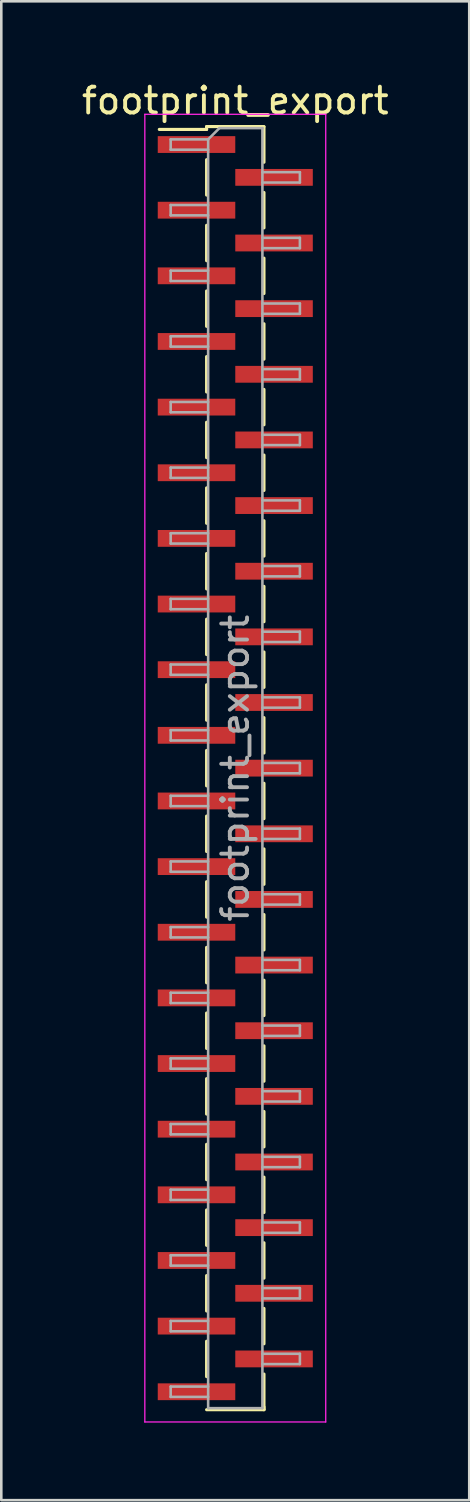
<source format=kicad_pcb>
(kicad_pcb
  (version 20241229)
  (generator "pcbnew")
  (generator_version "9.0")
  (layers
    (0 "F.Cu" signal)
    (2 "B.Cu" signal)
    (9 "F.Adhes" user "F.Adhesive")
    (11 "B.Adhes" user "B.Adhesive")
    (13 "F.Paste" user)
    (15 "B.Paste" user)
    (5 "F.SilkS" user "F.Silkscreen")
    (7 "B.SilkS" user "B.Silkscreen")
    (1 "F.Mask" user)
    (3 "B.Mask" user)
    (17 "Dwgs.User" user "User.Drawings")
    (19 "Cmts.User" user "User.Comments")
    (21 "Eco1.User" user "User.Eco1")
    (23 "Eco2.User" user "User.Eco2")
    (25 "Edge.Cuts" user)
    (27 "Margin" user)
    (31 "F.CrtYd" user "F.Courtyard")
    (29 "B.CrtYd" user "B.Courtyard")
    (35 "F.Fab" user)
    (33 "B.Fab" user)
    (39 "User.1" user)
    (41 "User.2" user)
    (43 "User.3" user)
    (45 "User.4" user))
  (footprint "footprint_export"
    (layer "F.Cu")
    (at 6.054 26.673)
    (property "Reference" "footprint_export" (at 0 -25.825 0) (layer "F.SilkS") (effects (font (size 1 1) (thickness 0.15))))
    (attr smd)
    (fp_line (start -1.11 -24.825) (end -1.11 -24.715) (stroke (width 0.12) (type solid)) (layer "F.SilkS"))
    (fp_line (start -1.11 -24.825) (end 1.11 -24.825) (stroke (width 0.12) (type solid)) (layer "F.SilkS"))
    (fp_line (start -1.11 -24.715) (end -2.94 -24.715) (stroke (width 0.12) (type solid)) (layer "F.SilkS"))
    (fp_line (start -1.11 -23.545) (end -1.11 -22.175) (stroke (width 0.12) (type solid)) (layer "F.SilkS"))
    (fp_line (start -1.11 -21.005) (end -1.11 -19.635) (stroke (width 0.12) (type solid)) (layer "F.SilkS"))
    (fp_line (start -1.11 -18.465) (end -1.11 -17.095) (stroke (width 0.12) (type solid)) (layer "F.SilkS"))
    (fp_line (start -1.11 -15.925) (end -1.11 -14.555) (stroke (width 0.12) (type solid)) (layer "F.SilkS"))
    (fp_line (start -1.11 -13.385) (end -1.11 -12.015) (stroke (width 0.12) (type solid)) (layer "F.SilkS"))
    (fp_line (start -1.11 -10.845) (end -1.11 -9.475) (stroke (width 0.12) (type solid)) (layer "F.SilkS"))
    (fp_line (start -1.11 -8.305) (end -1.11 -6.935) (stroke (width 0.12) (type solid)) (layer "F.SilkS"))
    (fp_line (start -1.11 -5.765) (end -1.11 -4.395) (stroke (width 0.12) (type solid)) (layer "F.SilkS"))
    (fp_line (start -1.11 -3.225) (end -1.11 -1.855) (stroke (width 0.12) (type solid)) (layer "F.SilkS"))
    (fp_line (start -1.11 -0.685) (end -1.11 0.685) (stroke (width 0.12) (type solid)) (layer "F.SilkS"))
    (fp_line (start -1.11 1.855) (end -1.11 3.225) (stroke (width 0.12) (type solid)) (layer "F.SilkS"))
    (fp_line (start -1.11 4.395) (end -1.11 5.765) (stroke (width 0.12) (type solid)) (layer "F.SilkS"))
    (fp_line (start -1.11 6.935) (end -1.11 8.305) (stroke (width 0.12) (type solid)) (layer "F.SilkS"))
    (fp_line (start -1.11 9.475) (end -1.11 10.845) (stroke (width 0.12) (type solid)) (layer "F.SilkS"))
    (fp_line (start -1.11 12.015) (end -1.11 13.385) (stroke (width 0.12) (type solid)) (layer "F.SilkS"))
    (fp_line (start -1.11 14.555) (end -1.11 15.925) (stroke (width 0.12) (type solid)) (layer "F.SilkS"))
    (fp_line (start -1.11 17.095) (end -1.11 18.465) (stroke (width 0.12) (type solid)) (layer "F.SilkS"))
    (fp_line (start -1.11 19.635) (end -1.11 21.005) (stroke (width 0.12) (type solid)) (layer "F.SilkS"))
    (fp_line (start -1.11 22.175) (end -1.11 23.545) (stroke (width 0.12) (type solid)) (layer "F.SilkS"))
    (fp_line (start -1.11 24.825) (end 1.11 24.825) (stroke (width 0.12) (type solid)) (layer "F.SilkS"))
    (fp_line (start 1.11 -24.815) (end 1.11 -23.445) (stroke (width 0.12) (type solid)) (layer "F.SilkS"))
    (fp_line (start 1.11 -22.275) (end 1.11 -20.905) (stroke (width 0.12) (type solid)) (layer "F.SilkS"))
    (fp_line (start 1.11 -19.735) (end 1.11 -18.365) (stroke (width 0.12) (type solid)) (layer "F.SilkS"))
    (fp_line (start 1.11 -17.195) (end 1.11 -15.825) (stroke (width 0.12) (type solid)) (layer "F.SilkS"))
    (fp_line (start 1.11 -14.655) (end 1.11 -13.285) (stroke (width 0.12) (type solid)) (layer "F.SilkS"))
    (fp_line (start 1.11 -12.115) (end 1.11 -10.745) (stroke (width 0.12) (type solid)) (layer "F.SilkS"))
    (fp_line (start 1.11 -9.575) (end 1.11 -8.205) (stroke (width 0.12) (type solid)) (layer "F.SilkS"))
    (fp_line (start 1.11 -7.035) (end 1.11 -5.665) (stroke (width 0.12) (type solid)) (layer "F.SilkS"))
    (fp_line (start 1.11 -4.495) (end 1.11 -3.125) (stroke (width 0.12) (type solid)) (layer "F.SilkS"))
    (fp_line (start 1.11 -1.955) (end 1.11 -0.585) (stroke (width 0.12) (type solid)) (layer "F.SilkS"))
    (fp_line (start 1.11 0.585) (end 1.11 1.955) (stroke (width 0.12) (type solid)) (layer "F.SilkS"))
    (fp_line (start 1.11 3.125) (end 1.11 4.495) (stroke (width 0.12) (type solid)) (layer "F.SilkS"))
    (fp_line (start 1.11 5.665) (end 1.11 7.035) (stroke (width 0.12) (type solid)) (layer "F.SilkS"))
    (fp_line (start 1.11 8.205) (end 1.11 9.575) (stroke (width 0.12) (type solid)) (layer "F.SilkS"))
    (fp_line (start 1.11 10.745) (end 1.11 12.115) (stroke (width 0.12) (type solid)) (layer "F.SilkS"))
    (fp_line (start 1.11 13.285) (end 1.11 14.655) (stroke (width 0.12) (type solid)) (layer "F.SilkS"))
    (fp_line (start 1.11 15.825) (end 1.11 17.195) (stroke (width 0.12) (type solid)) (layer "F.SilkS"))
    (fp_line (start 1.11 18.365) (end 1.11 19.735) (stroke (width 0.12) (type solid)) (layer "F.SilkS"))
    (fp_line (start 1.11 20.905) (end 1.11 22.275) (stroke (width 0.12) (type solid)) (layer "F.SilkS"))
    (fp_line (start 1.11 23.445) (end 1.11 24.815) (stroke (width 0.12) (type solid)) (layer "F.SilkS"))
    (fp_line (start 1.11 24.715) (end 1.11 24.825) (stroke (width 0.12) (type solid)) (layer "F.SilkS"))
    (fp_line (start -3.5 -25.3) (end -3.5 25.3) (stroke (width 0.05) (type solid)) (layer "F.CrtYd"))
    (fp_line (start -3.5 25.3) (end 3.5 25.3) (stroke (width 0.05) (type solid)) (layer "F.CrtYd"))
    (fp_line (start 3.5 -25.3) (end -3.5 -25.3) (stroke (width 0.05) (type solid)) (layer "F.CrtYd"))
    (fp_line (start 3.5 25.3) (end 3.5 -25.3) (stroke (width 0.05) (type solid)) (layer "F.CrtYd"))
    (fp_line (start -2.5 -24.33) (end -2.5 -23.93) (stroke (width 0.1) (type solid)) (layer "F.Fab"))
    (fp_line (start -2.5 -23.93) (end -1.05 -23.93) (stroke (width 0.1) (type solid)) (layer "F.Fab"))
    (fp_line (start -2.5 -21.79) (end -2.5 -21.39) (stroke (width 0.1) (type solid)) (layer "F.Fab"))
    (fp_line (start -2.5 -21.39) (end -1.05 -21.39) (stroke (width 0.1) (type solid)) (layer "F.Fab"))
    (fp_line (start -2.5 -19.25) (end -2.5 -18.85) (stroke (width 0.1) (type solid)) (layer "F.Fab"))
    (fp_line (start -2.5 -18.85) (end -1.05 -18.85) (stroke (width 0.1) (type solid)) (layer "F.Fab"))
    (fp_line (start -2.5 -16.71) (end -2.5 -16.31) (stroke (width 0.1) (type solid)) (layer "F.Fab"))
    (fp_line (start -2.5 -16.31) (end -1.05 -16.31) (stroke (width 0.1) (type solid)) (layer "F.Fab"))
    (fp_line (start -2.5 -14.17) (end -2.5 -13.77) (stroke (width 0.1) (type solid)) (layer "F.Fab"))
    (fp_line (start -2.5 -13.77) (end -1.05 -13.77) (stroke (width 0.1) (type solid)) (layer "F.Fab"))
    (fp_line (start -2.5 -11.63) (end -2.5 -11.23) (stroke (width 0.1) (type solid)) (layer "F.Fab"))
    (fp_line (start -2.5 -11.23) (end -1.05 -11.23) (stroke (width 0.1) (type solid)) (layer "F.Fab"))
    (fp_line (start -2.5 -9.09) (end -2.5 -8.69) (stroke (width 0.1) (type solid)) (layer "F.Fab"))
    (fp_line (start -2.5 -8.69) (end -1.05 -8.69) (stroke (width 0.1) (type solid)) (layer "F.Fab"))
    (fp_line (start -2.5 -6.55) (end -2.5 -6.15) (stroke (width 0.1) (type solid)) (layer "F.Fab"))
    (fp_line (start -2.5 -6.15) (end -1.05 -6.15) (stroke (width 0.1) (type solid)) (layer "F.Fab"))
    (fp_line (start -2.5 -4.01) (end -2.5 -3.61) (stroke (width 0.1) (type solid)) (layer "F.Fab"))
    (fp_line (start -2.5 -3.61) (end -1.05 -3.61) (stroke (width 0.1) (type solid)) (layer "F.Fab"))
    (fp_line (start -2.5 -1.47) (end -2.5 -1.07) (stroke (width 0.1) (type solid)) (layer "F.Fab"))
    (fp_line (start -2.5 -1.07) (end -1.05 -1.07) (stroke (width 0.1) (type solid)) (layer "F.Fab"))
    (fp_line (start -2.5 1.07) (end -2.5 1.47) (stroke (width 0.1) (type solid)) (layer "F.Fab"))
    (fp_line (start -2.5 1.47) (end -1.05 1.47) (stroke (width 0.1) (type solid)) (layer "F.Fab"))
    (fp_line (start -2.5 3.61) (end -2.5 4.01) (stroke (width 0.1) (type solid)) (layer "F.Fab"))
    (fp_line (start -2.5 4.01) (end -1.05 4.01) (stroke (width 0.1) (type solid)) (layer "F.Fab"))
    (fp_line (start -2.5 6.15) (end -2.5 6.55) (stroke (width 0.1) (type solid)) (layer "F.Fab"))
    (fp_line (start -2.5 6.55) (end -1.05 6.55) (stroke (width 0.1) (type solid)) (layer "F.Fab"))
    (fp_line (start -2.5 8.69) (end -2.5 9.09) (stroke (width 0.1) (type solid)) (layer "F.Fab"))
    (fp_line (start -2.5 9.09) (end -1.05 9.09) (stroke (width 0.1) (type solid)) (layer "F.Fab"))
    (fp_line (start -2.5 11.23) (end -2.5 11.63) (stroke (width 0.1) (type solid)) (layer "F.Fab"))
    (fp_line (start -2.5 11.63) (end -1.05 11.63) (stroke (width 0.1) (type solid)) (layer "F.Fab"))
    (fp_line (start -2.5 13.77) (end -2.5 14.17) (stroke (width 0.1) (type solid)) (layer "F.Fab"))
    (fp_line (start -2.5 14.17) (end -1.05 14.17) (stroke (width 0.1) (type solid)) (layer "F.Fab"))
    (fp_line (start -2.5 16.31) (end -2.5 16.71) (stroke (width 0.1) (type solid)) (layer "F.Fab"))
    (fp_line (start -2.5 16.71) (end -1.05 16.71) (stroke (width 0.1) (type solid)) (layer "F.Fab"))
    (fp_line (start -2.5 18.85) (end -2.5 19.25) (stroke (width 0.1) (type solid)) (layer "F.Fab"))
    (fp_line (start -2.5 19.25) (end -1.05 19.25) (stroke (width 0.1) (type solid)) (layer "F.Fab"))
    (fp_line (start -2.5 21.39) (end -2.5 21.79) (stroke (width 0.1) (type solid)) (layer "F.Fab"))
    (fp_line (start -2.5 21.79) (end -1.05 21.79) (stroke (width 0.1) (type solid)) (layer "F.Fab"))
    (fp_line (start -2.5 23.93) (end -2.5 24.33) (stroke (width 0.1) (type solid)) (layer "F.Fab"))
    (fp_line (start -2.5 24.33) (end -1.05 24.33) (stroke (width 0.1) (type solid)) (layer "F.Fab"))
    (fp_line (start -1.05 -24.33) (end -2.5 -24.33) (stroke (width 0.1) (type solid)) (layer "F.Fab"))
    (fp_line (start -1.05 -24.33) (end -0.615 -24.765) (stroke (width 0.1) (type solid)) (layer "F.Fab"))
    (fp_line (start -1.05 -21.79) (end -2.5 -21.79) (stroke (width 0.1) (type solid)) (layer "F.Fab"))
    (fp_line (start -1.05 -19.25) (end -2.5 -19.25) (stroke (width 0.1) (type solid)) (layer "F.Fab"))
    (fp_line (start -1.05 -16.71) (end -2.5 -16.71) (stroke (width 0.1) (type solid)) (layer "F.Fab"))
    (fp_line (start -1.05 -14.17) (end -2.5 -14.17) (stroke (width 0.1) (type solid)) (layer "F.Fab"))
    (fp_line (start -1.05 -11.63) (end -2.5 -11.63) (stroke (width 0.1) (type solid)) (layer "F.Fab"))
    (fp_line (start -1.05 -9.09) (end -2.5 -9.09) (stroke (width 0.1) (type solid)) (layer "F.Fab"))
    (fp_line (start -1.05 -6.55) (end -2.5 -6.55) (stroke (width 0.1) (type solid)) (layer "F.Fab"))
    (fp_line (start -1.05 -4.01) (end -2.5 -4.01) (stroke (width 0.1) (type solid)) (layer "F.Fab"))
    (fp_line (start -1.05 -1.47) (end -2.5 -1.47) (stroke (width 0.1) (type solid)) (layer "F.Fab"))
    (fp_line (start -1.05 1.07) (end -2.5 1.07) (stroke (width 0.1) (type solid)) (layer "F.Fab"))
    (fp_line (start -1.05 3.61) (end -2.5 3.61) (stroke (width 0.1) (type solid)) (layer "F.Fab"))
    (fp_line (start -1.05 6.15) (end -2.5 6.15) (stroke (width 0.1) (type solid)) (layer "F.Fab"))
    (fp_line (start -1.05 8.69) (end -2.5 8.69) (stroke (width 0.1) (type solid)) (layer "F.Fab"))
    (fp_line (start -1.05 11.23) (end -2.5 11.23) (stroke (width 0.1) (type solid)) (layer "F.Fab"))
    (fp_line (start -1.05 13.77) (end -2.5 13.77) (stroke (width 0.1) (type solid)) (layer "F.Fab"))
    (fp_line (start -1.05 16.31) (end -2.5 16.31) (stroke (width 0.1) (type solid)) (layer "F.Fab"))
    (fp_line (start -1.05 18.85) (end -2.5 18.85) (stroke (width 0.1) (type solid)) (layer "F.Fab"))
    (fp_line (start -1.05 21.39) (end -2.5 21.39) (stroke (width 0.1) (type solid)) (layer "F.Fab"))
    (fp_line (start -1.05 23.93) (end -2.5 23.93) (stroke (width 0.1) (type solid)) (layer "F.Fab"))
    (fp_line (start -1.05 24.765) (end -1.05 -24.33) (stroke (width 0.1) (type solid)) (layer "F.Fab"))
    (fp_line (start -0.615 -24.765) (end 1.05 -24.765) (stroke (width 0.1) (type solid)) (layer "F.Fab"))
    (fp_line (start 1.05 -24.765) (end 1.05 24.765) (stroke (width 0.1) (type solid)) (layer "F.Fab"))
    (fp_line (start 1.05 -23.06) (end 2.5 -23.06) (stroke (width 0.1) (type solid)) (layer "F.Fab"))
    (fp_line (start 1.05 -20.52) (end 2.5 -20.52) (stroke (width 0.1) (type solid)) (layer "F.Fab"))
    (fp_line (start 1.05 -17.98) (end 2.5 -17.98) (stroke (width 0.1) (type solid)) (layer "F.Fab"))
    (fp_line (start 1.05 -15.44) (end 2.5 -15.44) (stroke (width 0.1) (type solid)) (layer "F.Fab"))
    (fp_line (start 1.05 -12.9) (end 2.5 -12.9) (stroke (width 0.1) (type solid)) (layer "F.Fab"))
    (fp_line (start 1.05 -10.36) (end 2.5 -10.36) (stroke (width 0.1) (type solid)) (layer "F.Fab"))
    (fp_line (start 1.05 -7.82) (end 2.5 -7.82) (stroke (width 0.1) (type solid)) (layer "F.Fab"))
    (fp_line (start 1.05 -5.28) (end 2.5 -5.28) (stroke (width 0.1) (type solid)) (layer "F.Fab"))
    (fp_line (start 1.05 -2.74) (end 2.5 -2.74) (stroke (width 0.1) (type solid)) (layer "F.Fab"))
    (fp_line (start 1.05 -0.2) (end 2.5 -0.2) (stroke (width 0.1) (type solid)) (layer "F.Fab"))
    (fp_line (start 1.05 2.34) (end 2.5 2.34) (stroke (width 0.1) (type solid)) (layer "F.Fab"))
    (fp_line (start 1.05 4.88) (end 2.5 4.88) (stroke (width 0.1) (type solid)) (layer "F.Fab"))
    (fp_line (start 1.05 7.42) (end 2.5 7.42) (stroke (width 0.1) (type solid)) (layer "F.Fab"))
    (fp_line (start 1.05 9.96) (end 2.5 9.96) (stroke (width 0.1) (type solid)) (layer "F.Fab"))
    (fp_line (start 1.05 12.5) (end 2.5 12.5) (stroke (width 0.1) (type solid)) (layer "F.Fab"))
    (fp_line (start 1.05 15.04) (end 2.5 15.04) (stroke (width 0.1) (type solid)) (layer "F.Fab"))
    (fp_line (start 1.05 17.58) (end 2.5 17.58) (stroke (width 0.1) (type solid)) (layer "F.Fab"))
    (fp_line (start 1.05 20.12) (end 2.5 20.12) (stroke (width 0.1) (type solid)) (layer "F.Fab"))
    (fp_line (start 1.05 22.66) (end 2.5 22.66) (stroke (width 0.1) (type solid)) (layer "F.Fab"))
    (fp_line (start 1.05 24.765) (end -1.05 24.765) (stroke (width 0.1) (type solid)) (layer "F.Fab"))
    (fp_line (start 2.5 -23.06) (end 2.5 -22.66) (stroke (width 0.1) (type solid)) (layer "F.Fab"))
    (fp_line (start 2.5 -22.66) (end 1.05 -22.66) (stroke (width 0.1) (type solid)) (layer "F.Fab"))
    (fp_line (start 2.5 -20.52) (end 2.5 -20.12) (stroke (width 0.1) (type solid)) (layer "F.Fab"))
    (fp_line (start 2.5 -20.12) (end 1.05 -20.12) (stroke (width 0.1) (type solid)) (layer "F.Fab"))
    (fp_line (start 2.5 -17.98) (end 2.5 -17.58) (stroke (width 0.1) (type solid)) (layer "F.Fab"))
    (fp_line (start 2.5 -17.58) (end 1.05 -17.58) (stroke (width 0.1) (type solid)) (layer "F.Fab"))
    (fp_line (start 2.5 -15.44) (end 2.5 -15.04) (stroke (width 0.1) (type solid)) (layer "F.Fab"))
    (fp_line (start 2.5 -15.04) (end 1.05 -15.04) (stroke (width 0.1) (type solid)) (layer "F.Fab"))
    (fp_line (start 2.5 -12.9) (end 2.5 -12.5) (stroke (width 0.1) (type solid)) (layer "F.Fab"))
    (fp_line (start 2.5 -12.5) (end 1.05 -12.5) (stroke (width 0.1) (type solid)) (layer "F.Fab"))
    (fp_line (start 2.5 -10.36) (end 2.5 -9.96) (stroke (width 0.1) (type solid)) (layer "F.Fab"))
    (fp_line (start 2.5 -9.96) (end 1.05 -9.96) (stroke (width 0.1) (type solid)) (layer "F.Fab"))
    (fp_line (start 2.5 -7.82) (end 2.5 -7.42) (stroke (width 0.1) (type solid)) (layer "F.Fab"))
    (fp_line (start 2.5 -7.42) (end 1.05 -7.42) (stroke (width 0.1) (type solid)) (layer "F.Fab"))
    (fp_line (start 2.5 -5.28) (end 2.5 -4.88) (stroke (width 0.1) (type solid)) (layer "F.Fab"))
    (fp_line (start 2.5 -4.88) (end 1.05 -4.88) (stroke (width 0.1) (type solid)) (layer "F.Fab"))
    (fp_line (start 2.5 -2.74) (end 2.5 -2.34) (stroke (width 0.1) (type solid)) (layer "F.Fab"))
    (fp_line (start 2.5 -2.34) (end 1.05 -2.34) (stroke (width 0.1) (type solid)) (layer "F.Fab"))
    (fp_line (start 2.5 -0.2) (end 2.5 0.2) (stroke (width 0.1) (type solid)) (layer "F.Fab"))
    (fp_line (start 2.5 0.2) (end 1.05 0.2) (stroke (width 0.1) (type solid)) (layer "F.Fab"))
    (fp_line (start 2.5 2.34) (end 2.5 2.74) (stroke (width 0.1) (type solid)) (layer "F.Fab"))
    (fp_line (start 2.5 2.74) (end 1.05 2.74) (stroke (width 0.1) (type solid)) (layer "F.Fab"))
    (fp_line (start 2.5 4.88) (end 2.5 5.28) (stroke (width 0.1) (type solid)) (layer "F.Fab"))
    (fp_line (start 2.5 5.28) (end 1.05 5.28) (stroke (width 0.1) (type solid)) (layer "F.Fab"))
    (fp_line (start 2.5 7.42) (end 2.5 7.82) (stroke (width 0.1) (type solid)) (layer "F.Fab"))
    (fp_line (start 2.5 7.82) (end 1.05 7.82) (stroke (width 0.1) (type solid)) (layer "F.Fab"))
    (fp_line (start 2.5 9.96) (end 2.5 10.36) (stroke (width 0.1) (type solid)) (layer "F.Fab"))
    (fp_line (start 2.5 10.36) (end 1.05 10.36) (stroke (width 0.1) (type solid)) (layer "F.Fab"))
    (fp_line (start 2.5 12.5) (end 2.5 12.9) (stroke (width 0.1) (type solid)) (layer "F.Fab"))
    (fp_line (start 2.5 12.9) (end 1.05 12.9) (stroke (width 0.1) (type solid)) (layer "F.Fab"))
    (fp_line (start 2.5 15.04) (end 2.5 15.44) (stroke (width 0.1) (type solid)) (layer "F.Fab"))
    (fp_line (start 2.5 15.44) (end 1.05 15.44) (stroke (width 0.1) (type solid)) (layer "F.Fab"))
    (fp_line (start 2.5 17.58) (end 2.5 17.98) (stroke (width 0.1) (type solid)) (layer "F.Fab"))
    (fp_line (start 2.5 17.98) (end 1.05 17.98) (stroke (width 0.1) (type solid)) (layer "F.Fab"))
    (fp_line (start 2.5 20.12) (end 2.5 20.52) (stroke (width 0.1) (type solid)) (layer "F.Fab"))
    (fp_line (start 2.5 20.52) (end 1.05 20.52) (stroke (width 0.1) (type solid)) (layer "F.Fab"))
    (fp_line (start 2.5 22.66) (end 2.5 23.06) (stroke (width 0.1) (type solid)) (layer "F.Fab"))
    (fp_line (start 2.5 23.06) (end 1.05 23.06) (stroke (width 0.1) (type solid)) (layer "F.Fab"))
    (fp_text user "${REFERENCE}" (at 0 0 90) (layer "F.Fab") (effects (font (size 1 1) (thickness 0.15))))
    (pad "1" smd rect (at -1.5 -24.13) (size 3 0.65) (layers "F.Cu" "F.Mask" "F.Paste"))
    (pad "2" smd rect (at 1.5 -22.86) (size 3 0.65) (layers "F.Cu" "F.Mask" "F.Paste"))
    (pad "3" smd rect (at -1.5 -21.59) (size 3 0.65) (layers "F.Cu" "F.Mask" "F.Paste"))
    (pad "4" smd rect (at 1.5 -20.32) (size 3 0.65) (layers "F.Cu" "F.Mask" "F.Paste"))
    (pad "5" smd rect (at -1.5 -19.05) (size 3 0.65) (layers "F.Cu" "F.Mask" "F.Paste"))
    (pad "6" smd rect (at 1.5 -17.78) (size 3 0.65) (layers "F.Cu" "F.Mask" "F.Paste"))
    (pad "7" smd rect (at -1.5 -16.51) (size 3 0.65) (layers "F.Cu" "F.Mask" "F.Paste"))
    (pad "8" smd rect (at 1.5 -15.24) (size 3 0.65) (layers "F.Cu" "F.Mask" "F.Paste"))
    (pad "9" smd rect (at -1.5 -13.97) (size 3 0.65) (layers "F.Cu" "F.Mask" "F.Paste"))
    (pad "10" smd rect (at 1.5 -12.7) (size 3 0.65) (layers "F.Cu" "F.Mask" "F.Paste"))
    (pad "11" smd rect (at -1.5 -11.43) (size 3 0.65) (layers "F.Cu" "F.Mask" "F.Paste"))
    (pad "12" smd rect (at 1.5 -10.16) (size 3 0.65) (layers "F.Cu" "F.Mask" "F.Paste"))
    (pad "13" smd rect (at -1.5 -8.89) (size 3 0.65) (layers "F.Cu" "F.Mask" "F.Paste"))
    (pad "14" smd rect (at 1.5 -7.62) (size 3 0.65) (layers "F.Cu" "F.Mask" "F.Paste"))
    (pad "15" smd rect (at -1.5 -6.35) (size 3 0.65) (layers "F.Cu" "F.Mask" "F.Paste"))
    (pad "16" smd rect (at 1.5 -5.08) (size 3 0.65) (layers "F.Cu" "F.Mask" "F.Paste"))
    (pad "17" smd rect (at -1.5 -3.81) (size 3 0.65) (layers "F.Cu" "F.Mask" "F.Paste"))
    (pad "18" smd rect (at 1.5 -2.54) (size 3 0.65) (layers "F.Cu" "F.Mask" "F.Paste"))
    (pad "19" smd rect (at -1.5 -1.27) (size 3 0.65) (layers "F.Cu" "F.Mask" "F.Paste"))
    (pad "20" smd rect (at 1.5 0) (size 3 0.65) (layers "F.Cu" "F.Mask" "F.Paste"))
    (pad "21" smd rect (at -1.5 1.27) (size 3 0.65) (layers "F.Cu" "F.Mask" "F.Paste"))
    (pad "22" smd rect (at 1.5 2.54) (size 3 0.65) (layers "F.Cu" "F.Mask" "F.Paste"))
    (pad "23" smd rect (at -1.5 3.81) (size 3 0.65) (layers "F.Cu" "F.Mask" "F.Paste"))
    (pad "24" smd rect (at 1.5 5.08) (size 3 0.65) (layers "F.Cu" "F.Mask" "F.Paste"))
    (pad "25" smd rect (at -1.5 6.35) (size 3 0.65) (layers "F.Cu" "F.Mask" "F.Paste"))
    (pad "26" smd rect (at 1.5 7.62) (size 3 0.65) (layers "F.Cu" "F.Mask" "F.Paste"))
    (pad "27" smd rect (at -1.5 8.89) (size 3 0.65) (layers "F.Cu" "F.Mask" "F.Paste"))
    (pad "28" smd rect (at 1.5 10.16) (size 3 0.65) (layers "F.Cu" "F.Mask" "F.Paste"))
    (pad "29" smd rect (at -1.5 11.43) (size 3 0.65) (layers "F.Cu" "F.Mask" "F.Paste"))
    (pad "30" smd rect (at 1.5 12.7) (size 3 0.65) (layers "F.Cu" "F.Mask" "F.Paste"))
    (pad "31" smd rect (at -1.5 13.97) (size 3 0.65) (layers "F.Cu" "F.Mask" "F.Paste"))
    (pad "32" smd rect (at 1.5 15.24) (size 3 0.65) (layers "F.Cu" "F.Mask" "F.Paste"))
    (pad "33" smd rect (at -1.5 16.51) (size 3 0.65) (layers "F.Cu" "F.Mask" "F.Paste"))
    (pad "34" smd rect (at 1.5 17.78) (size 3 0.65) (layers "F.Cu" "F.Mask" "F.Paste"))
    (pad "35" smd rect (at -1.5 19.05) (size 3 0.65) (layers "F.Cu" "F.Mask" "F.Paste"))
    (pad "36" smd rect (at 1.5 20.32) (size 3 0.65) (layers "F.Cu" "F.Mask" "F.Paste"))
    (pad "37" smd rect (at -1.5 21.59) (size 3 0.65) (layers "F.Cu" "F.Mask" "F.Paste"))
    (pad "38" smd rect (at 1.5 22.86) (size 3 0.65) (layers "F.Cu" "F.Mask" "F.Paste"))
    (pad "39" smd rect (at -1.5 24.13) (size 3 0.65) (layers "F.Cu" "F.Mask" "F.Paste")))
  (gr_rect
    (start -3 -3)
    (end 15.107 54.998)
    (stroke (width 0.1) (type default))
    (fill no)
    (layer "Edge.Cuts")))
</source>
